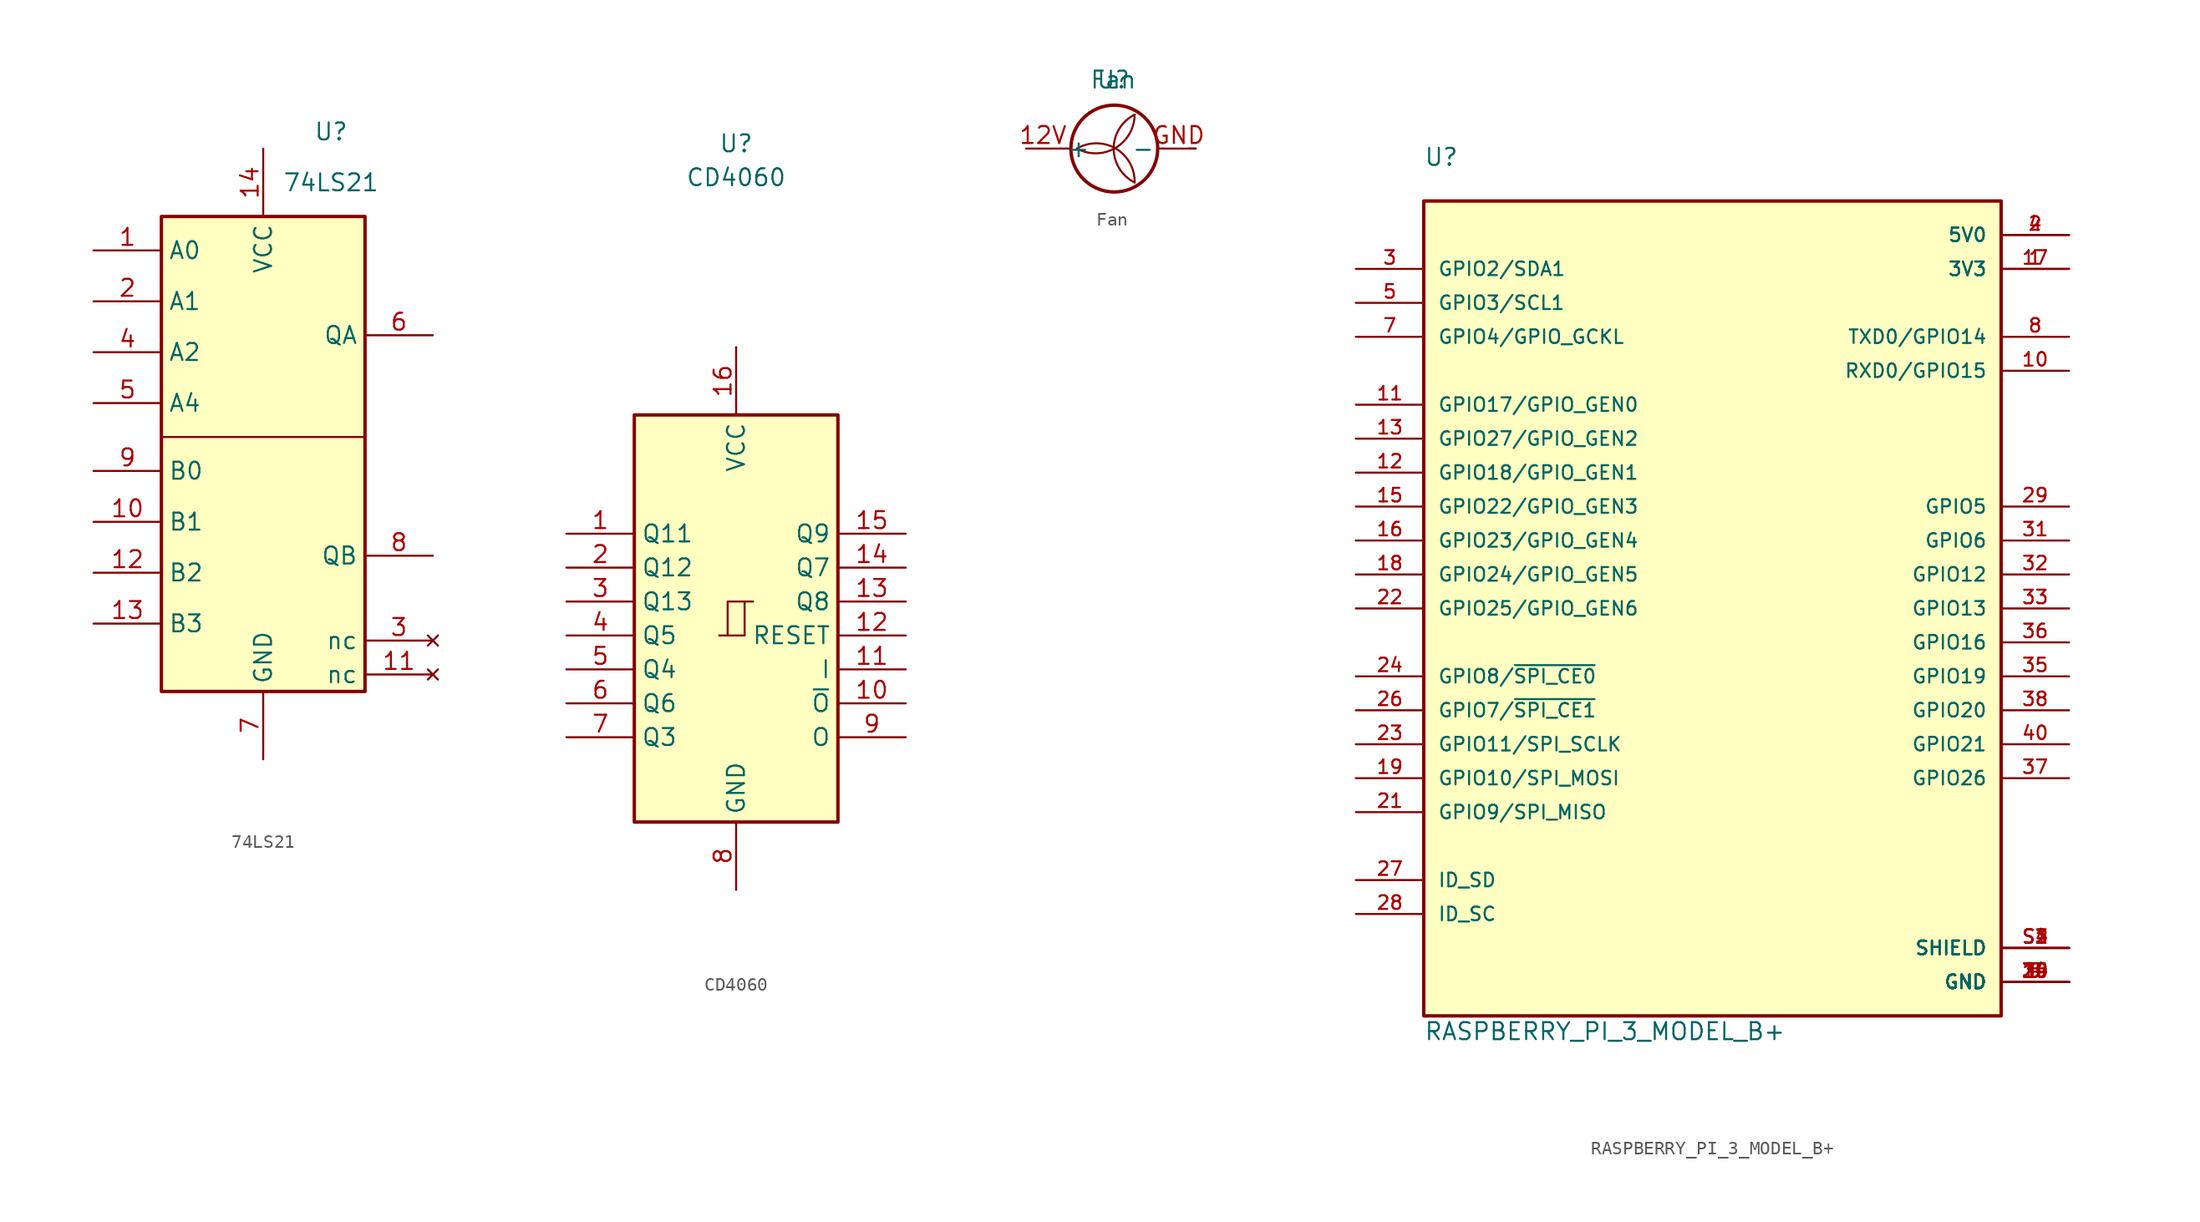
<source format=kicad_sym>
(kicad_symbol_lib
  (version 20211014)
  (generator kicad_symbol_editor)
  (symbol "74LS21"
    (property "Reference" "U"
      (at 6.35 -2.54 0)
      (effects (font (size 1.27 1.27))))
    (property "Value" "74LS21"
      (at 6.35 -6.35 0)
      (effects (font (size 1.27 1.27))))
    (symbol "74LS21_0_1"
      (polyline (pts (xy -6.35 -25.4) (xy 8.89 -25.4)) (stroke (width 0) (type default) (color 0 0 0 0)) (fill (type none))))
    (symbol "74LS21_1_0"
      (pin input line (at -11.43 -11.43 0) (length 5.08) (name "A0" (effects (font (size 1.27 1.27)))) (number "1" (effects (font (size 1.27 1.27)))))
      (pin input line (at -11.43 -31.75 0) (length 5.08) (name "B1" (effects (font (size 1.27 1.27)))) (number "10" (effects (font (size 1.27 1.27)))))
      (pin no_connect line (at 13.97 -43.18 180) (length 5.08) (name "nc" (effects (font (size 1.27 1.27)))) (number "11" (effects (font (size 1.27 1.27)))))
      (pin input line (at -11.43 -35.56 0) (length 5.08) (name "B2" (effects (font (size 1.27 1.27)))) (number "12" (effects (font (size 1.27 1.27)))))
      (pin input line (at -11.43 -39.37 0) (length 5.08) (name "B3" (effects (font (size 1.27 1.27)))) (number "13" (effects (font (size 1.27 1.27)))))
      (pin power_in line (at 1.27 -3.81 270) (length 5.08) (name "VCC" (effects (font (size 1.27 1.27)))) (number "14" (effects (font (size 1.27 1.27)))))
      (pin input line (at -11.43 -15.24 0) (length 5.08) (name "A1" (effects (font (size 1.27 1.27)))) (number "2" (effects (font (size 1.27 1.27)))))
      (pin no_connect line (at 13.97 -40.64 180) (length 5.08) (name "nc" (effects (font (size 1.27 1.27)))) (number "3" (effects (font (size 1.27 1.27)))))
      (pin input line (at -11.43 -19.05 0) (length 5.08) (name "A2" (effects (font (size 1.27 1.27)))) (number "4" (effects (font (size 1.27 1.27)))))
      (pin input line (at -11.43 -22.86 0) (length 5.08) (name "A4" (effects (font (size 1.27 1.27)))) (number "5" (effects (font (size 1.27 1.27)))))
      (pin output line (at 13.97 -17.78 180) (length 5.08) (name "QA" (effects (font (size 1.27 1.27)))) (number "6" (effects (font (size 1.27 1.27)))))
      (pin power_in line (at 1.27 -49.53 90) (length 5.08) (name "GND" (effects (font (size 1.27 1.27)))) (number "7" (effects (font (size 1.27 1.27)))))
      (pin output line (at 13.97 -34.29 180) (length 5.08) (name "QB" (effects (font (size 1.27 1.27)))) (number "8" (effects (font (size 1.27 1.27)))))
      (pin input line (at -11.43 -27.94 0) (length 5.08) (name "B0" (effects (font (size 1.27 1.27)))) (number "9" (effects (font (size 1.27 1.27))))))
    (symbol "74LS21_1_1"
      (rectangle (start -6.35 -8.89) (end 8.89 -44.45) (stroke (width 0.254) (type default) (color 0 0 0 0)) (fill (type background)))))
  (symbol "CD4060"
    (property "Reference" "U"
      (at 0 35.56 0)
      (effects (font (size 1.27 1.27))))
    (property "Value" "CD4060"
      (at 0 33.02 0)
      (effects (font (size 1.27 1.27))))
    (symbol "CD4060_1_0"
      (polyline (pts (xy -0.635 -1.27) (xy -0.635 1.27) (xy 0.635 1.27)) (stroke (width 0) (type default) (color 0 0 0 0)) (fill (type none)))
      (polyline (pts (xy -1.27 -1.27) (xy 0.635 -1.27) (xy 0.635 1.27) (xy 1.27 1.27)) (stroke (width 0) (type default) (color 0 0 0 0)) (fill (type none)))
      (pin output line (at -12.7 6.35 0) (length 5.08) (name "Q11" (effects (font (size 1.27 1.27)))) (number "1" (effects (font (size 1.27 1.27)))))
      (pin output line (at 12.7 -6.35 180) (length 5.08) (name "~{O}" (effects (font (size 1.27 1.27)))) (number "10" (effects (font (size 1.27 1.27)))))
      (pin input line (at 12.7 -3.81 180) (length 5.08) (name "I" (effects (font (size 1.27 1.27)))) (number "11" (effects (font (size 1.27 1.27)))))
      (pin input line (at 12.7 -1.27 180) (length 5.08) (name "RESET" (effects (font (size 1.27 1.27)))) (number "12" (effects (font (size 1.27 1.27)))))
      (pin output line (at 12.7 1.27 180) (length 5.08) (name "Q8" (effects (font (size 1.27 1.27)))) (number "13" (effects (font (size 1.27 1.27)))))
      (pin output line (at 12.7 3.81 180) (length 5.08) (name "Q7" (effects (font (size 1.27 1.27)))) (number "14" (effects (font (size 1.27 1.27)))))
      (pin output line (at 12.7 6.35 180) (length 5.08) (name "Q9" (effects (font (size 1.27 1.27)))) (number "15" (effects (font (size 1.27 1.27)))))
      (pin power_in line (at 0 20.32 270) (length 5.08) (name "VCC" (effects (font (size 1.27 1.27)))) (number "16" (effects (font (size 1.27 1.27)))))
      (pin output line (at -12.7 3.81 0) (length 5.08) (name "Q12" (effects (font (size 1.27 1.27)))) (number "2" (effects (font (size 1.27 1.27)))))
      (pin output line (at -12.7 1.27 0) (length 5.08) (name "Q13" (effects (font (size 1.27 1.27)))) (number "3" (effects (font (size 1.27 1.27)))))
      (pin output line (at -12.7 -1.27 0) (length 5.08) (name "Q5" (effects (font (size 1.27 1.27)))) (number "4" (effects (font (size 1.27 1.27)))))
      (pin output line (at -12.7 -3.81 0) (length 5.08) (name "Q4" (effects (font (size 1.27 1.27)))) (number "5" (effects (font (size 1.27 1.27)))))
      (pin output line (at -12.7 -6.35 0) (length 5.08) (name "Q6" (effects (font (size 1.27 1.27)))) (number "6" (effects (font (size 1.27 1.27)))))
      (pin output line (at -12.7 -8.89 0) (length 5.08) (name "Q3" (effects (font (size 1.27 1.27)))) (number "7" (effects (font (size 1.27 1.27)))))
      (pin power_in line (at 0 -20.32 90) (length 5.08) (name "GND" (effects (font (size 1.27 1.27)))) (number "8" (effects (font (size 1.27 1.27)))))
      (pin output line (at 12.7 -8.89 180) (length 5.08) (name "O" (effects (font (size 1.27 1.27)))) (number "9" (effects (font (size 1.27 1.27))))))
    (symbol "CD4060_1_1"
      (rectangle (start -7.62 15.24) (end 7.62 -15.24) (stroke (width 0.254) (type default) (color 0 0 0 0)) (fill (type background)))))
  (symbol "Fan"
    (property "Reference" "U"
      (at 0 0 0)
      (effects (font (size 1.27 1.27))))
    (property "Value" "Fan"
      (at 0 0 0)
      (effects (font (size 1.27 1.27))))
    (symbol "Fan_0_1"
      (arc (start -2.7214 -5.1471) (mid 0.1571 -5.1003) (end 1.5966 -2.6071) (stroke (width 0) (type default) (color 0 0 0 0)) (fill (type none)))
      (polyline (pts (xy -3.483 -5.147) (xy -3.991 -5.147)) (stroke (width 0) (type default) (color 0 0 0 0)) (fill (type none)))
      (polyline (pts (xy -3.179 -5.147) (xy -3.534 -5.147)) (stroke (width 0) (type default) (color 0 0 0 0)) (fill (type none)))
      (polyline (pts (xy 3.324 -5.147) (xy 3.73 -5.147)) (stroke (width 0) (type default) (color 0 0 0 0)) (fill (type none)))
      (polyline (pts (xy 6.169 -5.147) (xy 5.661 -5.147)) (stroke (width 0) (type default) (color 0 0 0 0)) (fill (type none)))
      (circle (center 0.073 -5.147) (radius 3.251) (stroke (width 0.254) (type default) (color 0 0 0 0)) (fill (type none)))
      (arc (start 1.5966 -7.6871) (mid 0.1838 -5.1485) (end -2.7214 -5.1471) (stroke (width 0) (type default) (color 0 0 0 0)) (fill (type none)))
      (arc (start 1.5966 -2.6071) (mid 0.0268 -5.1471) (end 1.5966 -7.6871) (stroke (width 0) (type default) (color 0 0 0 0)) (fill (type none))))
    (symbol "Fan_1_1"
      (pin passive line (at -6.531 -5.147 0) (length 2.54) (name "+" (effects (font (size 1.27 1.27)))) (number "12V" (effects (font (size 1.27 1.27)))))
      (pin passive line (at 6.169 -5.147 180) (length 2.54) (name "-" (effects (font (size 1.27 1.27)))) (number "GND" (effects (font (size 1.27 1.27)))))))
  (symbol "RASPBERRY_PI_3_MODEL_B+"
    (pin_names
      (offset 1.016))
    (property "Reference" "U"
      (at -22.86 27.94 0)
      (effects (font (size 1.27 1.27)) (justify left bottom)))
    (property "Value" "RASPBERRY_PI_3_MODEL_B+"
      (at -22.86 -37.465 0)
      (effects (font (size 1.27 1.27)) (justify left bottom)))
    (symbol "RASPBERRY_PI_3_MODEL_B+_0_0"
      (rectangle (start -22.86 -35.56) (end 20.32 25.4) (stroke (width 0.254) (type default) (color 0 0 0 0)) (fill (type background)))
      (pin power_in line (at 25.4 20.32 180) (length 5.08) (name "3V3" (effects (font (size 1.016 1.016)))) (number "1" (effects (font (size 1.016 1.016)))))
      (pin bidirectional line (at 25.4 12.7 180) (length 5.08) (name "RXD0/GPIO15" (effects (font (size 1.016 1.016)))) (number "10" (effects (font (size 1.016 1.016)))))
      (pin bidirectional line (at -27.94 10.16 0) (length 5.08) (name "GPIO17/GPIO_GEN0" (effects (font (size 1.016 1.016)))) (number "11" (effects (font (size 1.016 1.016)))))
      (pin bidirectional line (at -27.94 5.08 0) (length 5.08) (name "GPIO18/GPIO_GEN1" (effects (font (size 1.016 1.016)))) (number "12" (effects (font (size 1.016 1.016)))))
      (pin bidirectional line (at -27.94 7.62 0) (length 5.08) (name "GPIO27/GPIO_GEN2" (effects (font (size 1.016 1.016)))) (number "13" (effects (font (size 1.016 1.016)))))
      (pin power_in line (at 25.4 -33.02 180) (length 5.08) (name "GND" (effects (font (size 1.016 1.016)))) (number "14" (effects (font (size 1.016 1.016)))))
      (pin bidirectional line (at -27.94 2.54 0) (length 5.08) (name "GPIO22/GPIO_GEN3" (effects (font (size 1.016 1.016)))) (number "15" (effects (font (size 1.016 1.016)))))
      (pin bidirectional line (at -27.94 0 0) (length 5.08) (name "GPIO23/GPIO_GEN4" (effects (font (size 1.016 1.016)))) (number "16" (effects (font (size 1.016 1.016)))))
      (pin power_in line (at 25.4 20.32 180) (length 5.08) (name "3V3" (effects (font (size 1.016 1.016)))) (number "17" (effects (font (size 1.016 1.016)))))
      (pin bidirectional line (at -27.94 -2.54 0) (length 5.08) (name "GPIO24/GPIO_GEN5" (effects (font (size 1.016 1.016)))) (number "18" (effects (font (size 1.016 1.016)))))
      (pin bidirectional line (at -27.94 -17.78 0) (length 5.08) (name "GPIO10/SPI_MOSI" (effects (font (size 1.016 1.016)))) (number "19" (effects (font (size 1.016 1.016)))))
      (pin power_in line (at 25.4 22.86 180) (length 5.08) (name "5V0" (effects (font (size 1.016 1.016)))) (number "2" (effects (font (size 1.016 1.016)))))
      (pin power_in line (at 25.4 -33.02 180) (length 5.08) (name "GND" (effects (font (size 1.016 1.016)))) (number "20" (effects (font (size 1.016 1.016)))))
      (pin bidirectional line (at -27.94 -20.32 0) (length 5.08) (name "GPIO9/SPI_MISO" (effects (font (size 1.016 1.016)))) (number "21" (effects (font (size 1.016 1.016)))))
      (pin bidirectional line (at -27.94 -5.08 0) (length 5.08) (name "GPIO25/GPIO_GEN6" (effects (font (size 1.016 1.016)))) (number "22" (effects (font (size 1.016 1.016)))))
      (pin bidirectional line (at -27.94 -15.24 0) (length 5.08) (name "GPIO11/SPI_SCLK" (effects (font (size 1.016 1.016)))) (number "23" (effects (font (size 1.016 1.016)))))
      (pin bidirectional line (at -27.94 -10.16 0) (length 5.08) (name "GPIO8/~{SPI_CE0}" (effects (font (size 1.016 1.016)))) (number "24" (effects (font (size 1.016 1.016)))))
      (pin power_in line (at 25.4 -33.02 180) (length 5.08) (name "GND" (effects (font (size 1.016 1.016)))) (number "25" (effects (font (size 1.016 1.016)))))
      (pin bidirectional line (at -27.94 -12.7 0) (length 5.08) (name "GPIO7/~{SPI_CE1}" (effects (font (size 1.016 1.016)))) (number "26" (effects (font (size 1.016 1.016)))))
      (pin bidirectional line (at -27.94 -25.4 0) (length 5.08) (name "ID_SD" (effects (font (size 1.016 1.016)))) (number "27" (effects (font (size 1.016 1.016)))))
      (pin bidirectional line (at -27.94 -27.94 0) (length 5.08) (name "ID_SC" (effects (font (size 1.016 1.016)))) (number "28" (effects (font (size 1.016 1.016)))))
      (pin bidirectional line (at 25.4 2.54 180) (length 5.08) (name "GPIO5" (effects (font (size 1.016 1.016)))) (number "29" (effects (font (size 1.016 1.016)))))
      (pin bidirectional line (at -27.94 20.32 0) (length 5.08) (name "GPIO2/SDA1" (effects (font (size 1.016 1.016)))) (number "3" (effects (font (size 1.016 1.016)))))
      (pin power_in line (at 25.4 -33.02 180) (length 5.08) (name "GND" (effects (font (size 1.016 1.016)))) (number "30" (effects (font (size 1.016 1.016)))))
      (pin bidirectional line (at 25.4 0 180) (length 5.08) (name "GPIO6" (effects (font (size 1.016 1.016)))) (number "31" (effects (font (size 1.016 1.016)))))
      (pin bidirectional line (at 25.4 -2.54 180) (length 5.08) (name "GPIO12" (effects (font (size 1.016 1.016)))) (number "32" (effects (font (size 1.016 1.016)))))
      (pin bidirectional line (at 25.4 -5.08 180) (length 5.08) (name "GPIO13" (effects (font (size 1.016 1.016)))) (number "33" (effects (font (size 1.016 1.016)))))
      (pin power_in line (at 25.4 -33.02 180) (length 5.08) (name "GND" (effects (font (size 1.016 1.016)))) (number "34" (effects (font (size 1.016 1.016)))))
      (pin bidirectional line (at 25.4 -10.16 180) (length 5.08) (name "GPIO19" (effects (font (size 1.016 1.016)))) (number "35" (effects (font (size 1.016 1.016)))))
      (pin bidirectional line (at 25.4 -7.62 180) (length 5.08) (name "GPIO16" (effects (font (size 1.016 1.016)))) (number "36" (effects (font (size 1.016 1.016)))))
      (pin bidirectional line (at 25.4 -17.78 180) (length 5.08) (name "GPIO26" (effects (font (size 1.016 1.016)))) (number "37" (effects (font (size 1.016 1.016)))))
      (pin bidirectional line (at 25.4 -12.7 180) (length 5.08) (name "GPIO20" (effects (font (size 1.016 1.016)))) (number "38" (effects (font (size 1.016 1.016)))))
      (pin power_in line (at 25.4 -33.02 180) (length 5.08) (name "GND" (effects (font (size 1.016 1.016)))) (number "39" (effects (font (size 1.016 1.016)))))
      (pin power_in line (at 25.4 22.86 180) (length 5.08) (name "5V0" (effects (font (size 1.016 1.016)))) (number "4" (effects (font (size 1.016 1.016)))))
      (pin bidirectional line (at 25.4 -15.24 180) (length 5.08) (name "GPIO21" (effects (font (size 1.016 1.016)))) (number "40" (effects (font (size 1.016 1.016)))))
      (pin bidirectional line (at -27.94 17.78 0) (length 5.08) (name "GPIO3/SCL1" (effects (font (size 1.016 1.016)))) (number "5" (effects (font (size 1.016 1.016)))))
      (pin power_in line (at 25.4 -33.02 180) (length 5.08) (name "GND" (effects (font (size 1.016 1.016)))) (number "6" (effects (font (size 1.016 1.016)))))
      (pin bidirectional line (at -27.94 15.24 0) (length 5.08) (name "GPIO4/GPIO_GCKL" (effects (font (size 1.016 1.016)))) (number "7" (effects (font (size 1.016 1.016)))))
      (pin bidirectional line (at 25.4 15.24 180) (length 5.08) (name "TXD0/GPIO14" (effects (font (size 1.016 1.016)))) (number "8" (effects (font (size 1.016 1.016)))))
      (pin power_in line (at 25.4 -33.02 180) (length 5.08) (name "GND" (effects (font (size 1.016 1.016)))) (number "9" (effects (font (size 1.016 1.016)))))
      (pin power_in line (at 25.4 -30.48 180) (length 5.08) (name "SHIELD" (effects (font (size 1.016 1.016)))) (number "S1" (effects (font (size 1.016 1.016)))))
      (pin power_in line (at 25.4 -30.48 180) (length 5.08) (name "SHIELD" (effects (font (size 1.016 1.016)))) (number "S2" (effects (font (size 1.016 1.016)))))
      (pin power_in line (at 25.4 -30.48 180) (length 5.08) (name "SHIELD" (effects (font (size 1.016 1.016)))) (number "S3" (effects (font (size 1.016 1.016)))))
      (pin power_in line (at 25.4 -30.48 180) (length 5.08) (name "SHIELD" (effects (font (size 1.016 1.016)))) (number "S4" (effects (font (size 1.016 1.016))))))))
</source>
